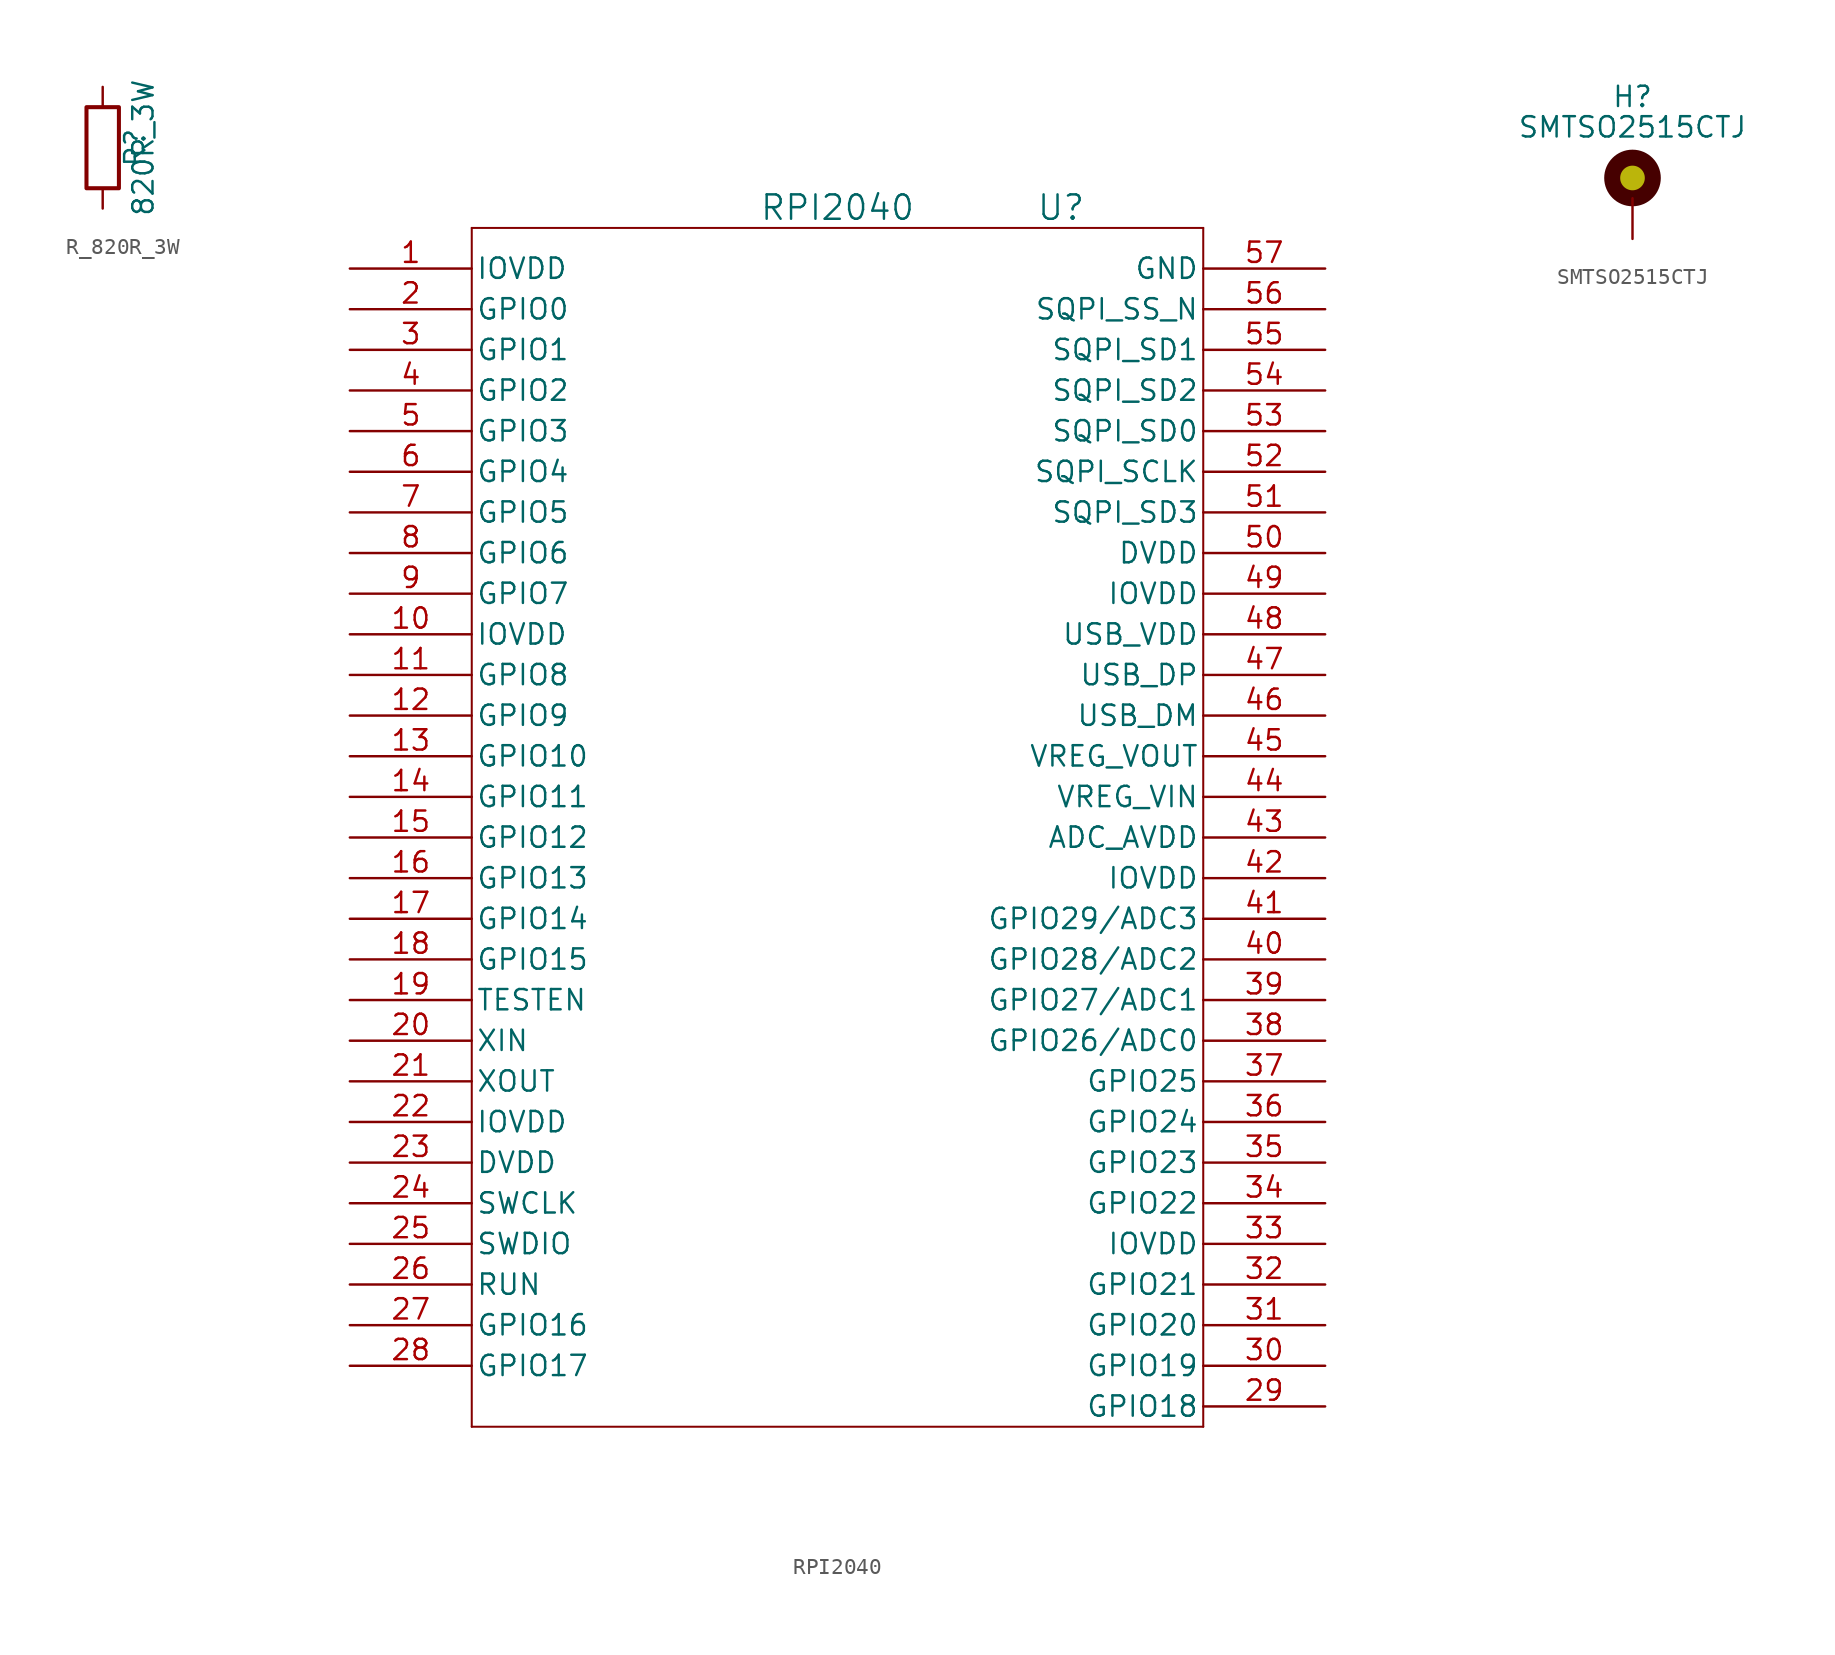
<source format=kicad_sym>
(kicad_symbol_lib
  (version 20241209)
  (generator "kicad_symbol_editor")
  (generator_version "9.0")
  (symbol "R_820R_3W"
    (pin_numbers
      (hide yes))
    (pin_names
      (offset 0))
    (property "Reference" "R"
      (at 2.032 0 90)
      (effects (font (size 1.27 1.27))))
    (property "Value" "820R_3W"
      (at 2.54 0 90)
      (effects (font (size 1.27 1.27))))
    (symbol "R_820R_3W_0_1"
      (rectangle (start -1.016 -2.54) (end 1.016 2.54) (stroke (width 0.254) (type default)) (fill (type none))))
    (symbol "R_820R_3W_1_1"
      (pin passive line (at 0 3.81 270) (length 1.27) (name "~" (effects (font (size 1.27 1.27)))) (number "1" (effects (font (size 1.27 1.27)))))
      (pin passive line (at 0 -3.81 90) (length 1.27) (name "~" (effects (font (size 1.27 1.27)))) (number "2" (effects (font (size 1.27 1.27)))))))
  (symbol "RPI2040"
    (pin_names
      (offset 0.254))
    (property "Reference" "U"
      (at 44.45 3.81 0)
      (effects (font (size 1.524 1.524))))
    (property "Value" "RPI2040"
      (at 30.48 3.81 0)
      (effects (font (size 1.524 1.524))))
    (symbol "RPI2040_0_1"
      (polyline (pts (xy 7.62 2.54) (xy 7.62 -72.39)) (stroke (width 0.127) (type default)) (fill (type none)))
      (polyline (pts (xy 7.62 -72.39) (xy 53.34 -72.39)) (stroke (width 0.127) (type default)) (fill (type none)))
      (polyline (pts (xy 53.34 2.54) (xy 7.62 2.54)) (stroke (width 0.127) (type default)) (fill (type none)))
      (polyline (pts (xy 53.34 -72.39) (xy 53.34 2.54)) (stroke (width 0.127) (type default)) (fill (type none)))
      (pin power_in line (at 0 0 0) (length 7.62) (name "IOVDD" (effects (font (size 1.27 1.27)))) (number "1" (effects (font (size 1.27 1.27)))))
      (pin bidirectional line (at 0 -2.54 0) (length 7.62) (name "GPIO0" (effects (font (size 1.27 1.27)))) (number "2" (effects (font (size 1.27 1.27)))))
      (pin bidirectional line (at 0 -5.08 0) (length 7.62) (name "GPIO1" (effects (font (size 1.27 1.27)))) (number "3" (effects (font (size 1.27 1.27)))))
      (pin bidirectional line (at 0 -7.62 0) (length 7.62) (name "GPIO2" (effects (font (size 1.27 1.27)))) (number "4" (effects (font (size 1.27 1.27)))))
      (pin bidirectional line (at 0 -10.16 0) (length 7.62) (name "GPIO3" (effects (font (size 1.27 1.27)))) (number "5" (effects (font (size 1.27 1.27)))))
      (pin bidirectional line (at 0 -12.7 0) (length 7.62) (name "GPIO4" (effects (font (size 1.27 1.27)))) (number "6" (effects (font (size 1.27 1.27)))))
      (pin bidirectional line (at 0 -15.24 0) (length 7.62) (name "GPIO5" (effects (font (size 1.27 1.27)))) (number "7" (effects (font (size 1.27 1.27)))))
      (pin bidirectional line (at 0 -17.78 0) (length 7.62) (name "GPIO6" (effects (font (size 1.27 1.27)))) (number "8" (effects (font (size 1.27 1.27)))))
      (pin bidirectional line (at 0 -20.32 0) (length 7.62) (name "GPIO7" (effects (font (size 1.27 1.27)))) (number "9" (effects (font (size 1.27 1.27)))))
      (pin power_in line (at 0 -22.86 0) (length 7.62) (name "IOVDD" (effects (font (size 1.27 1.27)))) (number "10" (effects (font (size 1.27 1.27)))))
      (pin bidirectional line (at 0 -25.4 0) (length 7.62) (name "GPIO8" (effects (font (size 1.27 1.27)))) (number "11" (effects (font (size 1.27 1.27)))))
      (pin bidirectional line (at 0 -27.94 0) (length 7.62) (name "GPIO9" (effects (font (size 1.27 1.27)))) (number "12" (effects (font (size 1.27 1.27)))))
      (pin bidirectional line (at 0 -30.48 0) (length 7.62) (name "GPIO10" (effects (font (size 1.27 1.27)))) (number "13" (effects (font (size 1.27 1.27)))))
      (pin bidirectional line (at 0 -33.02 0) (length 7.62) (name "GPIO11" (effects (font (size 1.27 1.27)))) (number "14" (effects (font (size 1.27 1.27)))))
      (pin bidirectional line (at 0 -35.56 0) (length 7.62) (name "GPIO12" (effects (font (size 1.27 1.27)))) (number "15" (effects (font (size 1.27 1.27)))))
      (pin bidirectional line (at 0 -38.1 0) (length 7.62) (name "GPIO13" (effects (font (size 1.27 1.27)))) (number "16" (effects (font (size 1.27 1.27)))))
      (pin bidirectional line (at 0 -40.64 0) (length 7.62) (name "GPIO14" (effects (font (size 1.27 1.27)))) (number "17" (effects (font (size 1.27 1.27)))))
      (pin bidirectional line (at 0 -43.18 0) (length 7.62) (name "GPIO15" (effects (font (size 1.27 1.27)))) (number "18" (effects (font (size 1.27 1.27)))))
      (pin input line (at 0 -45.72 0) (length 7.62) (name "TESTEN" (effects (font (size 1.27 1.27)))) (number "19" (effects (font (size 1.27 1.27)))))
      (pin input line (at 0 -48.26 0) (length 7.62) (name "XIN" (effects (font (size 1.27 1.27)))) (number "20" (effects (font (size 1.27 1.27)))))
      (pin output line (at 0 -50.8 0) (length 7.62) (name "XOUT" (effects (font (size 1.27 1.27)))) (number "21" (effects (font (size 1.27 1.27)))))
      (pin power_in line (at 0 -53.34 0) (length 7.62) (name "IOVDD" (effects (font (size 1.27 1.27)))) (number "22" (effects (font (size 1.27 1.27)))))
      (pin power_in line (at 0 -55.88 0) (length 7.62) (name "DVDD" (effects (font (size 1.27 1.27)))) (number "23" (effects (font (size 1.27 1.27)))))
      (pin input line (at 0 -58.42 0) (length 7.62) (name "SWCLK" (effects (font (size 1.27 1.27)))) (number "24" (effects (font (size 1.27 1.27)))))
      (pin bidirectional line (at 0 -60.96 0) (length 7.62) (name "SWDIO" (effects (font (size 1.27 1.27)))) (number "25" (effects (font (size 1.27 1.27)))))
      (pin input line (at 0 -63.5 0) (length 7.62) (name "RUN" (effects (font (size 1.27 1.27)))) (number "26" (effects (font (size 1.27 1.27)))))
      (pin bidirectional line (at 0 -66.04 0) (length 7.62) (name "GPIO16" (effects (font (size 1.27 1.27)))) (number "27" (effects (font (size 1.27 1.27)))))
      (pin bidirectional line (at 0 -68.58 0) (length 7.62) (name "GPIO17" (effects (font (size 1.27 1.27)))) (number "28" (effects (font (size 1.27 1.27)))))
      (pin power_out line (at 60.96 0 180) (length 7.62) (name "GND" (effects (font (size 1.27 1.27)))) (number "57" (effects (font (size 1.27 1.27)))))
      (pin bidirectional line (at 60.96 -2.54 180) (length 7.62) (name "SQPI_SS_N" (effects (font (size 1.27 1.27)))) (number "56" (effects (font (size 1.27 1.27)))))
      (pin bidirectional line (at 60.96 -5.08 180) (length 7.62) (name "SQPI_SD1" (effects (font (size 1.27 1.27)))) (number "55" (effects (font (size 1.27 1.27)))))
      (pin bidirectional line (at 60.96 -7.62 180) (length 7.62) (name "SQPI_SD2" (effects (font (size 1.27 1.27)))) (number "54" (effects (font (size 1.27 1.27)))))
      (pin bidirectional line (at 60.96 -10.16 180) (length 7.62) (name "SQPI_SD0" (effects (font (size 1.27 1.27)))) (number "53" (effects (font (size 1.27 1.27)))))
      (pin bidirectional line (at 60.96 -12.7 180) (length 7.62) (name "SQPI_SCLK" (effects (font (size 1.27 1.27)))) (number "52" (effects (font (size 1.27 1.27)))))
      (pin bidirectional line (at 60.96 -15.24 180) (length 7.62) (name "SQPI_SD3" (effects (font (size 1.27 1.27)))) (number "51" (effects (font (size 1.27 1.27)))))
      (pin power_in line (at 60.96 -17.78 180) (length 7.62) (name "DVDD" (effects (font (size 1.27 1.27)))) (number "50" (effects (font (size 1.27 1.27)))))
      (pin power_in line (at 60.96 -20.32 180) (length 7.62) (name "IOVDD" (effects (font (size 1.27 1.27)))) (number "49" (effects (font (size 1.27 1.27)))))
      (pin power_in line (at 60.96 -22.86 180) (length 7.62) (name "USB_VDD" (effects (font (size 1.27 1.27)))) (number "48" (effects (font (size 1.27 1.27)))))
      (pin bidirectional line (at 60.96 -25.4 180) (length 7.62) (name "USB_DP" (effects (font (size 1.27 1.27)))) (number "47" (effects (font (size 1.27 1.27)))))
      (pin bidirectional line (at 60.96 -27.94 180) (length 7.62) (name "USB_DM" (effects (font (size 1.27 1.27)))) (number "46" (effects (font (size 1.27 1.27)))))
      (pin power_in line (at 60.96 -30.48 180) (length 7.62) (name "VREG_VOUT" (effects (font (size 1.27 1.27)))) (number "45" (effects (font (size 1.27 1.27)))))
      (pin power_in line (at 60.96 -33.02 180) (length 7.62) (name "VREG_VIN" (effects (font (size 1.27 1.27)))) (number "44" (effects (font (size 1.27 1.27)))))
      (pin power_in line (at 60.96 -35.56 180) (length 7.62) (name "ADC_AVDD" (effects (font (size 1.27 1.27)))) (number "43" (effects (font (size 1.27 1.27)))))
      (pin power_in line (at 60.96 -38.1 180) (length 7.62) (name "IOVDD" (effects (font (size 1.27 1.27)))) (number "42" (effects (font (size 1.27 1.27)))))
      (pin bidirectional line (at 60.96 -40.64 180) (length 7.62) (name "GPIO29/ADC3" (effects (font (size 1.27 1.27)))) (number "41" (effects (font (size 1.27 1.27)))))
      (pin bidirectional line (at 60.96 -43.18 180) (length 7.62) (name "GPIO28/ADC2" (effects (font (size 1.27 1.27)))) (number "40" (effects (font (size 1.27 1.27)))))
      (pin bidirectional line (at 60.96 -45.72 180) (length 7.62) (name "GPIO27/ADC1" (effects (font (size 1.27 1.27)))) (number "39" (effects (font (size 1.27 1.27)))))
      (pin bidirectional line (at 60.96 -48.26 180) (length 7.62) (name "GPIO26/ADC0" (effects (font (size 1.27 1.27)))) (number "38" (effects (font (size 1.27 1.27)))))
      (pin bidirectional line (at 60.96 -50.8 180) (length 7.62) (name "GPIO25" (effects (font (size 1.27 1.27)))) (number "37" (effects (font (size 1.27 1.27)))))
      (pin bidirectional line (at 60.96 -53.34 180) (length 7.62) (name "GPIO24" (effects (font (size 1.27 1.27)))) (number "36" (effects (font (size 1.27 1.27)))))
      (pin bidirectional line (at 60.96 -55.88 180) (length 7.62) (name "GPIO23" (effects (font (size 1.27 1.27)))) (number "35" (effects (font (size 1.27 1.27)))))
      (pin bidirectional line (at 60.96 -58.42 180) (length 7.62) (name "GPIO22" (effects (font (size 1.27 1.27)))) (number "34" (effects (font (size 1.27 1.27)))))
      (pin power_in line (at 60.96 -60.96 180) (length 7.62) (name "IOVDD" (effects (font (size 1.27 1.27)))) (number "33" (effects (font (size 1.27 1.27)))))
      (pin bidirectional line (at 60.96 -63.5 180) (length 7.62) (name "GPIO21" (effects (font (size 1.27 1.27)))) (number "32" (effects (font (size 1.27 1.27)))))
      (pin bidirectional line (at 60.96 -66.04 180) (length 7.62) (name "GPIO20" (effects (font (size 1.27 1.27)))) (number "31" (effects (font (size 1.27 1.27)))))
      (pin bidirectional line (at 60.96 -68.58 180) (length 7.62) (name "GPIO19" (effects (font (size 1.27 1.27)))) (number "30" (effects (font (size 1.27 1.27)))))
      (pin bidirectional line (at 60.96 -71.12 180) (length 7.62) (name "GPIO18" (effects (font (size 1.27 1.27)))) (number "29" (effects (font (size 1.27 1.27)))))))
  (symbol "SMTSO2515CTJ"
    (pin_numbers
      (hide yes))
    (pin_names
      (offset 1.016)
      (hide yes))
    (property "Reference" "H"
      (at 0 6.35 0)
      (effects (font (size 1.27 1.27))))
    (property "Value" "SMTSO2515CTJ"
      (at 0 4.445 0)
      (effects (font (size 1.27 1.27))))
    (symbol "SMTSO2515CTJ_1_1"
      (circle (center 0 1.27) (radius 1.27) (stroke (width 1) (type default) (color 70 0 0 1)) (fill (type color) (color 187 181 11 1)))
      (pin input line (at 0 -2.54 90) (length 2.54) (name "1" (effects (font (size 1.27 1.27)))) (number "1" (effects (font (size 1.27 1.27))))))))
</source>
